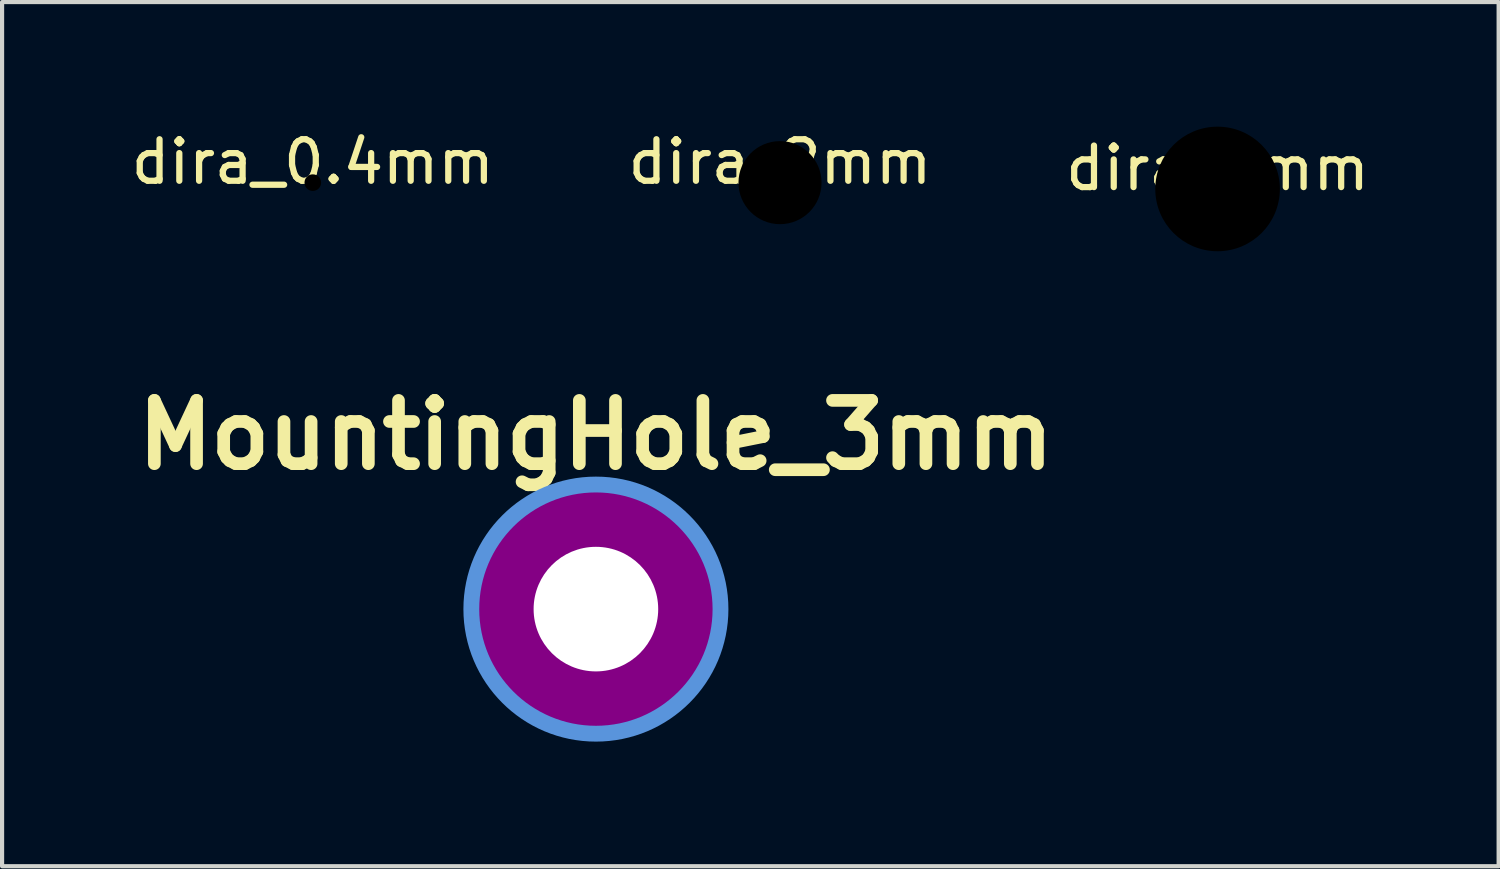
<source format=kicad_pcb>
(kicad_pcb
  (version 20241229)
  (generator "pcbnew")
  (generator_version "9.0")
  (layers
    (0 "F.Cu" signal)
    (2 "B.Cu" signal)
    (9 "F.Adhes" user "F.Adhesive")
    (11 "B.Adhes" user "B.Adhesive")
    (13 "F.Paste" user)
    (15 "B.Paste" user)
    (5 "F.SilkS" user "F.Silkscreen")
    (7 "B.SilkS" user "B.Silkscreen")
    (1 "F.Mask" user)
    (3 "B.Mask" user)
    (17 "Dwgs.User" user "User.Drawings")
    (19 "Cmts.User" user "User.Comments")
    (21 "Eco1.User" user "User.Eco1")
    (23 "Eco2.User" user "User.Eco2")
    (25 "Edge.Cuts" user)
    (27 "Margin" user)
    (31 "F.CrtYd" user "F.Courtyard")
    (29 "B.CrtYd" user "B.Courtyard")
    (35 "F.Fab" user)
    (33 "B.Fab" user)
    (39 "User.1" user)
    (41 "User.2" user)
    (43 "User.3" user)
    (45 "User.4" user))
  (footprint "dira_0.4mm"
    (layer "F.Cu")
    (at 4.482 1.348)
    (property "Reference" "dira_0.4mm" (at 0 -0.5 0) (unlocked yes) (layer "F.SilkS") (effects (font (size 1 1) (thickness 0.15))))
    (attr through_hole)
    (pad "" np_thru_hole circle (at 0 0) (size 0.4 0.4) (drill 0.4) (layers "*.Mask")))
  (footprint "dira_3mm"
    (layer "F.Cu")
    (at 26.268 1.5)
    (property "Reference" "dira_3mm" (at 0 -0.5 0) (unlocked yes) (layer "F.SilkS") (effects (font (size 1 1) (thickness 0.15))))
    (attr through_hole)
    (pad "" np_thru_hole circle (at 0 0) (size 3 3) (drill 3) (layers "*.Mask")))
  (footprint "dira_2mm"
    (layer "F.Cu")
    (at 15.732 1.348)
    (property "Reference" "dira_2mm" (at 0 -0.5 0) (unlocked yes) (layer "F.SilkS") (effects (font (size 1 1) (thickness 0.15))))
    (attr through_hole)
    (pad "" np_thru_hole circle (at 0 0) (size 2 2) (drill 2) (layers "*.Mask")))
  (footprint "MountingHole_3mm"
    (placed yes)
    (layer "F.Cu")
    (at 11.299 11.617)
    (property "Reference" "MountingHole_3mm" (at 0 -4.191 0) (layer "F.SilkS") (effects (font (size 1.524 1.524) (thickness 0.305))))
    (attr through_hole)
    (fp_circle (center 0 0) (end 3 0) (stroke (width 0.381) (type solid)) (fill no) (layer "Cmts.User"))
    (pad "1" thru_hole circle (at 0 0) (size 6 6) (drill 3) (layers "*.Cu" "*.Adhes" "*.Mask")))
  (gr_rect
    (start -3 -3)
    (end 33.036 17.808)
    (stroke (width 0.1) (type default))
    (fill no)
    (layer "Edge.Cuts")))
</source>
